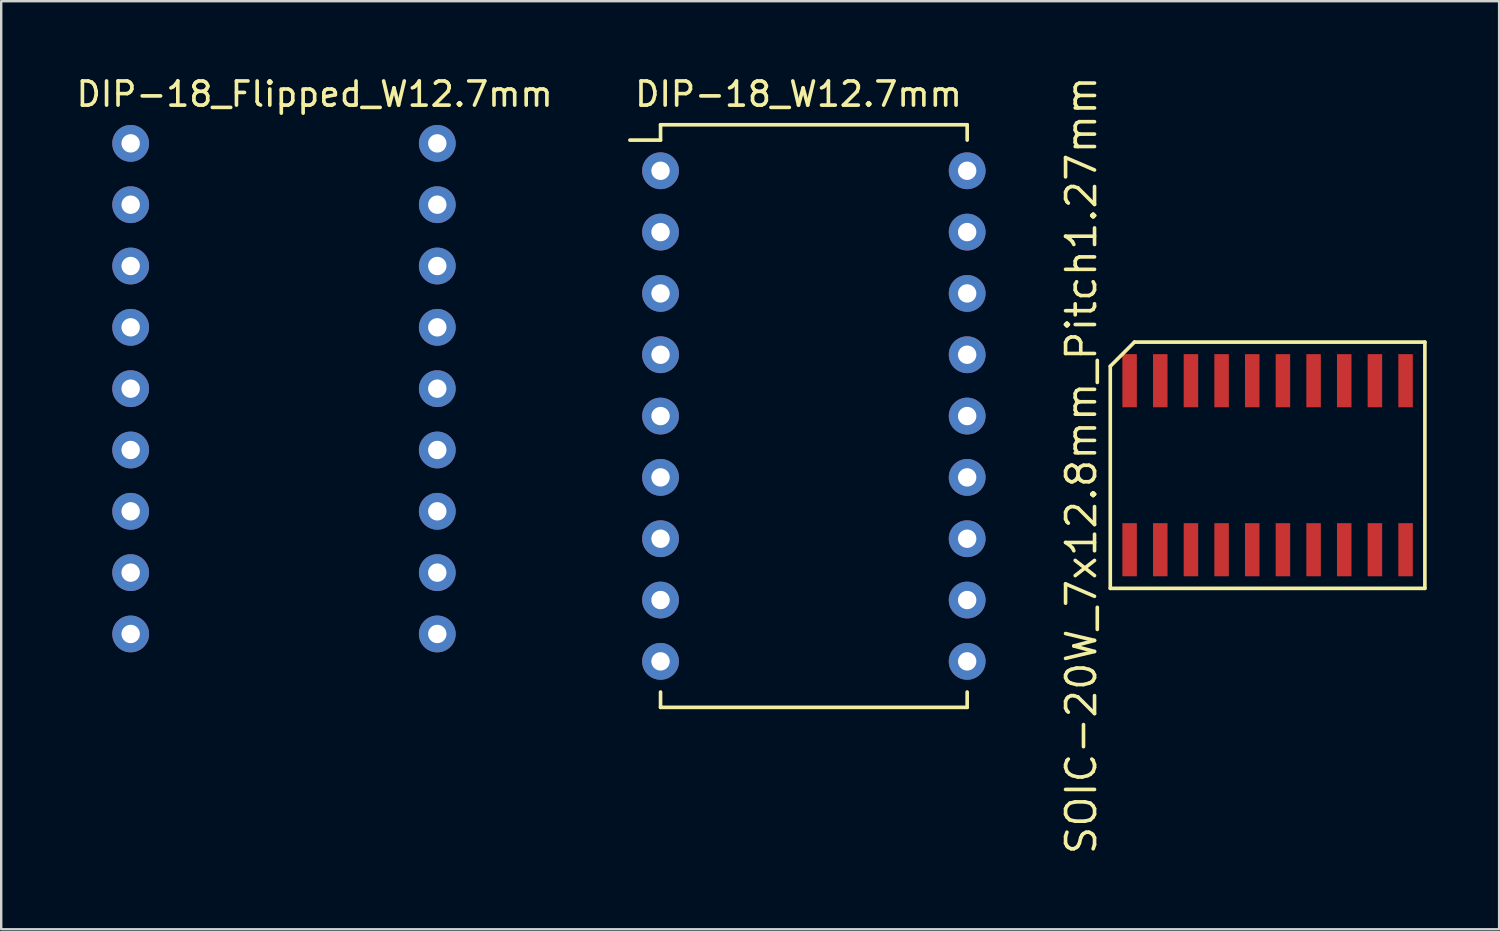
<source format=kicad_pcb>
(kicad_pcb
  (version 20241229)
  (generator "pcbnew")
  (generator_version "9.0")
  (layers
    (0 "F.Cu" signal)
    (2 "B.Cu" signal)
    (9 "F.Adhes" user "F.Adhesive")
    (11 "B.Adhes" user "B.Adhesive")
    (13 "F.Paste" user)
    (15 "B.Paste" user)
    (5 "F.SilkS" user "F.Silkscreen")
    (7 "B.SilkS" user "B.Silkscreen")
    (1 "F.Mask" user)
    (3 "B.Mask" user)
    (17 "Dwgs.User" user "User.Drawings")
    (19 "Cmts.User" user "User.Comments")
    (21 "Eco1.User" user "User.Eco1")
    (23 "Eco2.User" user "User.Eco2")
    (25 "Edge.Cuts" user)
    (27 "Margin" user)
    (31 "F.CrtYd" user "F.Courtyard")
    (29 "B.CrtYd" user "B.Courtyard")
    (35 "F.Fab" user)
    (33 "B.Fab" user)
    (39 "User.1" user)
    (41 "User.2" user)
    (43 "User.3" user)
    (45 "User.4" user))
  (footprint "DIP-18_Flipped_W12.7mm"
    (layer "F.Cu")
    (at 9.982 0.348)
    (property "Reference" "DIP-18_Flipped_W12.7mm" (at 0 0.5 0) (layer "F.SilkS") (effects (font (size 1 1) (thickness 0.15))))
    (attr through_hole)
    (pad "1" thru_hole circle (at 5.08 2.54) (size 1.524 1.524) (drill 0.762) (layers "*.Cu" "*.Mask"))
    (pad "2" thru_hole circle (at 5.08 5.08) (size 1.524 1.524) (drill 0.762) (layers "*.Cu" "*.Mask"))
    (pad "3" thru_hole circle (at 5.08 7.62) (size 1.524 1.524) (drill 0.762) (layers "*.Cu" "*.Mask"))
    (pad "4" thru_hole circle (at 5.08 10.16) (size 1.524 1.524) (drill 0.762) (layers "*.Cu" "*.Mask"))
    (pad "5" thru_hole circle (at 5.08 12.7) (size 1.524 1.524) (drill 0.762) (layers "*.Cu" "*.Mask"))
    (pad "6" thru_hole circle (at 5.08 15.24) (size 1.524 1.524) (drill 0.762) (layers "*.Cu" "*.Mask"))
    (pad "7" thru_hole circle (at 5.08 17.78) (size 1.524 1.524) (drill 0.762) (layers "*.Cu" "*.Mask"))
    (pad "8" thru_hole circle (at 5.08 20.32) (size 1.524 1.524) (drill 0.762) (layers "*.Cu" "*.Mask"))
    (pad "9" thru_hole circle (at 5.08 22.86) (size 1.524 1.524) (drill 0.762) (layers "*.Cu" "*.Mask"))
    (pad "10" thru_hole circle (at -7.62 22.86) (size 1.524 1.524) (drill 0.762) (layers "*.Cu" "*.Mask"))
    (pad "11" thru_hole circle (at -7.62 20.32) (size 1.524 1.524) (drill 0.762) (layers "*.Cu" "*.Mask"))
    (pad "12" thru_hole circle (at -7.62 17.78) (size 1.524 1.524) (drill 0.762) (layers "*.Cu" "*.Mask"))
    (pad "13" thru_hole circle (at -7.62 15.24) (size 1.524 1.524) (drill 0.762) (layers "*.Cu" "*.Mask"))
    (pad "14" thru_hole circle (at -7.62 12.7) (size 1.524 1.524) (drill 0.762) (layers "*.Cu" "*.Mask"))
    (pad "15" thru_hole circle (at -7.62 10.16) (size 1.524 1.524) (drill 0.762) (layers "*.Cu" "*.Mask"))
    (pad "16" thru_hole circle (at -7.62 7.62) (size 1.524 1.524) (drill 0.762) (layers "*.Cu" "*.Mask"))
    (pad "17" thru_hole circle (at -7.62 5.08) (size 1.524 1.524) (drill 0.762) (layers "*.Cu" "*.Mask"))
    (pad "18" thru_hole circle (at -7.62 2.54) (size 1.524 1.524) (drill 0.762) (layers "*.Cu" "*.Mask")))
  (footprint "SOIC-20W_7x12.8mm_Pitch1.27mm"
    (layer "F.Cu")
    (at 49.452 16.219)
    (property "Reference" "SOIC-20W_7x12.8mm_Pitch1.27mm" (at -7.715 0 90) (layer "F.SilkS") (effects (font (size 1.2 1.2) (thickness 0.15))))
    (attr through_hole)
    (fp_line (start -6.515 -4.1) (end -6.515 5.1) (stroke (width 0.15) (type solid)) (layer "F.SilkS"))
    (fp_line (start -6.515 5.1) (end 6.515 5.1) (stroke (width 0.15) (type solid)) (layer "F.SilkS"))
    (fp_line (start -5.515 -5.1) (end -6.515 -4.1) (stroke (width 0.15) (type solid)) (layer "F.SilkS"))
    (fp_line (start 6.515 -5.1) (end -5.515 -5.1) (stroke (width 0.15) (type solid)) (layer "F.SilkS"))
    (fp_line (start 6.515 5.1) (end 6.515 -5.1) (stroke (width 0.15) (type solid)) (layer "F.SilkS"))
    (pad "1" smd rect (at -5.715 3.5) (size 0.6 2.2) (layers "F.Cu" "F.Mask" "F.Paste"))
    (pad "2" smd rect (at -4.445 3.5) (size 0.6 2.2) (layers "F.Cu" "F.Mask" "F.Paste"))
    (pad "3" smd rect (at -3.175 3.5) (size 0.6 2.2) (layers "F.Cu" "F.Mask" "F.Paste"))
    (pad "4" smd rect (at -1.905 3.5) (size 0.6 2.2) (layers "F.Cu" "F.Mask" "F.Paste"))
    (pad "5" smd rect (at -0.635 3.5) (size 0.6 2.2) (layers "F.Cu" "F.Mask" "F.Paste"))
    (pad "6" smd rect (at 0.635 3.5) (size 0.6 2.2) (layers "F.Cu" "F.Mask" "F.Paste"))
    (pad "7" smd rect (at 1.905 3.5) (size 0.6 2.2) (layers "F.Cu" "F.Mask" "F.Paste"))
    (pad "8" smd rect (at 3.175 3.5) (size 0.6 2.2) (layers "F.Cu" "F.Mask" "F.Paste"))
    (pad "9" smd rect (at 4.445 3.5) (size 0.6 2.2) (layers "F.Cu" "F.Mask" "F.Paste"))
    (pad "10" smd rect (at 5.715 3.5) (size 0.6 2.2) (layers "F.Cu" "F.Mask" "F.Paste"))
    (pad "11" smd rect (at 5.715 -3.5) (size 0.6 2.2) (layers "F.Cu" "F.Mask" "F.Paste"))
    (pad "12" smd rect (at 4.445 -3.5) (size 0.6 2.2) (layers "F.Cu" "F.Mask" "F.Paste"))
    (pad "13" smd rect (at 3.175 -3.5) (size 0.6 2.2) (layers "F.Cu" "F.Mask" "F.Paste"))
    (pad "14" smd rect (at 1.905 -3.5) (size 0.6 2.2) (layers "F.Cu" "F.Mask" "F.Paste"))
    (pad "15" smd rect (at 0.635 -3.5) (size 0.6 2.2) (layers "F.Cu" "F.Mask" "F.Paste"))
    (pad "16" smd rect (at -0.635 -3.5) (size 0.6 2.2) (layers "F.Cu" "F.Mask" "F.Paste"))
    (pad "17" smd rect (at -1.905 -3.5) (size 0.6 2.2) (layers "F.Cu" "F.Mask" "F.Paste"))
    (pad "18" smd rect (at -3.175 -3.5) (size 0.6 2.2) (layers "F.Cu" "F.Mask" "F.Paste"))
    (pad "19" smd rect (at -4.445 -3.5) (size 0.6 2.2) (layers "F.Cu" "F.Mask" "F.Paste"))
    (pad "20" smd rect (at -5.715 -3.5) (size 0.6 2.2) (layers "F.Cu" "F.Mask" "F.Paste")))
  (footprint "DIP-18_W12.7mm"
    (layer "F.Cu")
    (at 29.389 1.483)
    (property "Reference" "DIP-18_W12.7mm" (at 0.635 -0.635 0) (layer "F.SilkS") (effects (font (size 1 1) (thickness 0.15))))
    (attr through_hole)
    (fp_line (start -5.08 0.635) (end -5.08 1.27) (stroke (width 0.15) (type solid)) (layer "F.SilkS"))
    (fp_line (start -5.08 1.27) (end -6.35 1.27) (stroke (width 0.15) (type solid)) (layer "F.SilkS"))
    (fp_line (start -5.08 24.13) (end -5.08 24.765) (stroke (width 0.15) (type solid)) (layer "F.SilkS"))
    (fp_line (start -5.08 24.765) (end 7.62 24.765) (stroke (width 0.15) (type solid)) (layer "F.SilkS"))
    (fp_line (start 7.62 0.635) (end -5.08 0.635) (stroke (width 0.15) (type solid)) (layer "F.SilkS"))
    (fp_line (start 7.62 1.27) (end 7.62 0.635) (stroke (width 0.15) (type solid)) (layer "F.SilkS"))
    (fp_line (start 7.62 24.765) (end 7.62 24.13) (stroke (width 0.15) (type solid)) (layer "F.SilkS"))
    (pad "1" thru_hole circle (at -5.08 2.54) (size 1.524 1.524) (drill 0.762) (layers "*.Cu" "*.Mask"))
    (pad "2" thru_hole circle (at -5.08 5.08) (size 1.524 1.524) (drill 0.762) (layers "*.Cu" "*.Mask"))
    (pad "3" thru_hole circle (at -5.08 7.62) (size 1.524 1.524) (drill 0.762) (layers "*.Cu" "*.Mask"))
    (pad "4" thru_hole circle (at -5.08 10.16) (size 1.524 1.524) (drill 0.762) (layers "*.Cu" "*.Mask"))
    (pad "5" thru_hole circle (at -5.08 12.7) (size 1.524 1.524) (drill 0.762) (layers "*.Cu" "*.Mask"))
    (pad "6" thru_hole circle (at -5.08 15.24) (size 1.524 1.524) (drill 0.762) (layers "*.Cu" "*.Mask"))
    (pad "7" thru_hole circle (at -5.08 17.78) (size 1.524 1.524) (drill 0.762) (layers "*.Cu" "*.Mask"))
    (pad "8" thru_hole circle (at -5.08 20.32) (size 1.524 1.524) (drill 0.762) (layers "*.Cu" "*.Mask"))
    (pad "9" thru_hole circle (at -5.08 22.86) (size 1.524 1.524) (drill 0.762) (layers "*.Cu" "*.Mask"))
    (pad "10" thru_hole circle (at 7.62 22.86) (size 1.524 1.524) (drill 0.762) (layers "*.Cu" "*.Mask"))
    (pad "11" thru_hole circle (at 7.62 20.32) (size 1.524 1.524) (drill 0.762) (layers "*.Cu" "*.Mask"))
    (pad "12" thru_hole circle (at 7.62 17.78) (size 1.524 1.524) (drill 0.762) (layers "*.Cu" "*.Mask"))
    (pad "13" thru_hole circle (at 7.62 15.24) (size 1.524 1.524) (drill 0.762) (layers "*.Cu" "*.Mask"))
    (pad "14" thru_hole circle (at 7.62 12.7) (size 1.524 1.524) (drill 0.762) (layers "*.Cu" "*.Mask"))
    (pad "15" thru_hole circle (at 7.62 10.16) (size 1.524 1.524) (drill 0.762) (layers "*.Cu" "*.Mask"))
    (pad "16" thru_hole circle (at 7.62 7.62) (size 1.524 1.524) (drill 0.762) (layers "*.Cu" "*.Mask"))
    (pad "17" thru_hole circle (at 7.62 5.08) (size 1.524 1.524) (drill 0.762) (layers "*.Cu" "*.Mask"))
    (pad "18" thru_hole circle (at 7.62 2.54) (size 1.524 1.524) (drill 0.762) (layers "*.Cu" "*.Mask")))
  (gr_rect
    (start -3 -3)
    (end 59.042 35.439)
    (stroke (width 0.1) (type default))
    (fill no)
    (layer "Edge.Cuts")))
</source>
